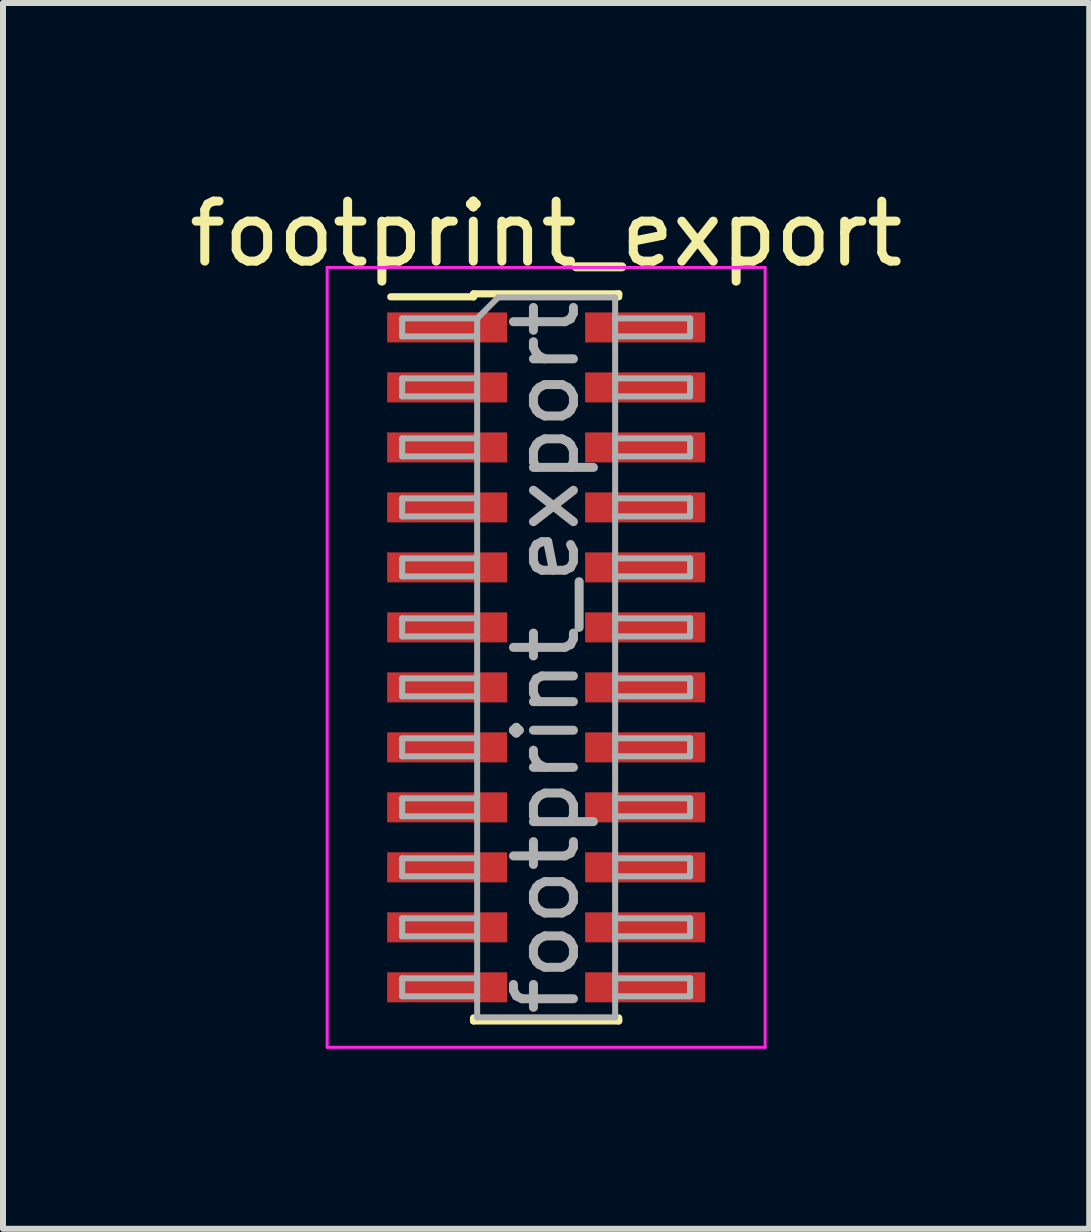
<source format=kicad_pcb>
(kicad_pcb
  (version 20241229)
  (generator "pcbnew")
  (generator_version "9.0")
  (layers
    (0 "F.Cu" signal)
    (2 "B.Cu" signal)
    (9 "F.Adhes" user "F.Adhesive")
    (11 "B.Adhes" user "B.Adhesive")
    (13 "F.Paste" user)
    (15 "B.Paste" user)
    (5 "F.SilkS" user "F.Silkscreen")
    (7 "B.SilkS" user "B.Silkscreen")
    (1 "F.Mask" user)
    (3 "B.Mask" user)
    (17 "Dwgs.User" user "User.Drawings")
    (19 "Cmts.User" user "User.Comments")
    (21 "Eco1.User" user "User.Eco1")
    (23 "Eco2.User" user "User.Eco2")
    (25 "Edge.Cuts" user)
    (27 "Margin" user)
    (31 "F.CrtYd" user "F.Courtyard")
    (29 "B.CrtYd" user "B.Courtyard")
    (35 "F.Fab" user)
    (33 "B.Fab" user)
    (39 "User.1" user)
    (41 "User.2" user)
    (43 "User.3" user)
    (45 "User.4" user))
  (footprint "footprint_export"
    (layer "F.Cu")
    (at 6.054 7.908)
    (property "Reference" "footprint_export" (at 0 -7.06 0) (layer "F.SilkS") (effects (font (size 1 1) (thickness 0.15))))
    (attr smd)
    (fp_line (start -2.59 -6.01) (end -1.21 -6.01) (stroke (width 0.12) (type solid)) (layer "F.SilkS"))
    (fp_line (start -1.21 -6.06) (end -1.21 -6.01) (stroke (width 0.12) (type solid)) (layer "F.SilkS"))
    (fp_line (start -1.21 -6.06) (end 1.21 -6.06) (stroke (width 0.12) (type solid)) (layer "F.SilkS"))
    (fp_line (start -1.21 6.01) (end -1.21 6.06) (stroke (width 0.12) (type solid)) (layer "F.SilkS"))
    (fp_line (start -1.21 6.06) (end 1.21 6.06) (stroke (width 0.12) (type solid)) (layer "F.SilkS"))
    (fp_line (start 1.21 -6.06) (end 1.21 -6.01) (stroke (width 0.12) (type solid)) (layer "F.SilkS"))
    (fp_line (start 1.21 6.01) (end 1.21 6.06) (stroke (width 0.12) (type solid)) (layer "F.SilkS"))
    (fp_line (start -3.65 -6.5) (end -3.65 6.5) (stroke (width 0.05) (type solid)) (layer "F.CrtYd"))
    (fp_line (start -3.65 6.5) (end 3.65 6.5) (stroke (width 0.05) (type solid)) (layer "F.CrtYd"))
    (fp_line (start 3.65 -6.5) (end -3.65 -6.5) (stroke (width 0.05) (type solid)) (layer "F.CrtYd"))
    (fp_line (start 3.65 6.5) (end 3.65 -6.5) (stroke (width 0.05) (type solid)) (layer "F.CrtYd"))
    (fp_line (start -2.4 -5.65) (end -2.4 -5.35) (stroke (width 0.1) (type solid)) (layer "F.Fab"))
    (fp_line (start -2.4 -5.35) (end -1.15 -5.35) (stroke (width 0.1) (type solid)) (layer "F.Fab"))
    (fp_line (start -2.4 -4.65) (end -2.4 -4.35) (stroke (width 0.1) (type solid)) (layer "F.Fab"))
    (fp_line (start -2.4 -4.35) (end -1.15 -4.35) (stroke (width 0.1) (type solid)) (layer "F.Fab"))
    (fp_line (start -2.4 -3.65) (end -2.4 -3.35) (stroke (width 0.1) (type solid)) (layer "F.Fab"))
    (fp_line (start -2.4 -3.35) (end -1.15 -3.35) (stroke (width 0.1) (type solid)) (layer "F.Fab"))
    (fp_line (start -2.4 -2.65) (end -2.4 -2.35) (stroke (width 0.1) (type solid)) (layer "F.Fab"))
    (fp_line (start -2.4 -2.35) (end -1.15 -2.35) (stroke (width 0.1) (type solid)) (layer "F.Fab"))
    (fp_line (start -2.4 -1.65) (end -2.4 -1.35) (stroke (width 0.1) (type solid)) (layer "F.Fab"))
    (fp_line (start -2.4 -1.35) (end -1.15 -1.35) (stroke (width 0.1) (type solid)) (layer "F.Fab"))
    (fp_line (start -2.4 -0.65) (end -2.4 -0.35) (stroke (width 0.1) (type solid)) (layer "F.Fab"))
    (fp_line (start -2.4 -0.35) (end -1.15 -0.35) (stroke (width 0.1) (type solid)) (layer "F.Fab"))
    (fp_line (start -2.4 0.35) (end -2.4 0.65) (stroke (width 0.1) (type solid)) (layer "F.Fab"))
    (fp_line (start -2.4 0.65) (end -1.15 0.65) (stroke (width 0.1) (type solid)) (layer "F.Fab"))
    (fp_line (start -2.4 1.35) (end -2.4 1.65) (stroke (width 0.1) (type solid)) (layer "F.Fab"))
    (fp_line (start -2.4 1.65) (end -1.15 1.65) (stroke (width 0.1) (type solid)) (layer "F.Fab"))
    (fp_line (start -2.4 2.35) (end -2.4 2.65) (stroke (width 0.1) (type solid)) (layer "F.Fab"))
    (fp_line (start -2.4 2.65) (end -1.15 2.65) (stroke (width 0.1) (type solid)) (layer "F.Fab"))
    (fp_line (start -2.4 3.35) (end -2.4 3.65) (stroke (width 0.1) (type solid)) (layer "F.Fab"))
    (fp_line (start -2.4 3.65) (end -1.15 3.65) (stroke (width 0.1) (type solid)) (layer "F.Fab"))
    (fp_line (start -2.4 4.35) (end -2.4 4.65) (stroke (width 0.1) (type solid)) (layer "F.Fab"))
    (fp_line (start -2.4 4.65) (end -1.15 4.65) (stroke (width 0.1) (type solid)) (layer "F.Fab"))
    (fp_line (start -2.4 5.35) (end -2.4 5.65) (stroke (width 0.1) (type solid)) (layer "F.Fab"))
    (fp_line (start -2.4 5.65) (end -1.15 5.65) (stroke (width 0.1) (type solid)) (layer "F.Fab"))
    (fp_line (start -1.15 -5.65) (end -2.4 -5.65) (stroke (width 0.1) (type solid)) (layer "F.Fab"))
    (fp_line (start -1.15 -5.65) (end -0.8 -6) (stroke (width 0.1) (type solid)) (layer "F.Fab"))
    (fp_line (start -1.15 -4.65) (end -2.4 -4.65) (stroke (width 0.1) (type solid)) (layer "F.Fab"))
    (fp_line (start -1.15 -3.65) (end -2.4 -3.65) (stroke (width 0.1) (type solid)) (layer "F.Fab"))
    (fp_line (start -1.15 -2.65) (end -2.4 -2.65) (stroke (width 0.1) (type solid)) (layer "F.Fab"))
    (fp_line (start -1.15 -1.65) (end -2.4 -1.65) (stroke (width 0.1) (type solid)) (layer "F.Fab"))
    (fp_line (start -1.15 -0.65) (end -2.4 -0.65) (stroke (width 0.1) (type solid)) (layer "F.Fab"))
    (fp_line (start -1.15 0.35) (end -2.4 0.35) (stroke (width 0.1) (type solid)) (layer "F.Fab"))
    (fp_line (start -1.15 1.35) (end -2.4 1.35) (stroke (width 0.1) (type solid)) (layer "F.Fab"))
    (fp_line (start -1.15 2.35) (end -2.4 2.35) (stroke (width 0.1) (type solid)) (layer "F.Fab"))
    (fp_line (start -1.15 3.35) (end -2.4 3.35) (stroke (width 0.1) (type solid)) (layer "F.Fab"))
    (fp_line (start -1.15 4.35) (end -2.4 4.35) (stroke (width 0.1) (type solid)) (layer "F.Fab"))
    (fp_line (start -1.15 5.35) (end -2.4 5.35) (stroke (width 0.1) (type solid)) (layer "F.Fab"))
    (fp_line (start -1.15 6) (end -1.15 -5.65) (stroke (width 0.1) (type solid)) (layer "F.Fab"))
    (fp_line (start -0.8 -6) (end 1.15 -6) (stroke (width 0.1) (type solid)) (layer "F.Fab"))
    (fp_line (start 1.15 -6) (end 1.15 6) (stroke (width 0.1) (type solid)) (layer "F.Fab"))
    (fp_line (start 1.15 -5.65) (end 2.4 -5.65) (stroke (width 0.1) (type solid)) (layer "F.Fab"))
    (fp_line (start 1.15 -4.65) (end 2.4 -4.65) (stroke (width 0.1) (type solid)) (layer "F.Fab"))
    (fp_line (start 1.15 -3.65) (end 2.4 -3.65) (stroke (width 0.1) (type solid)) (layer "F.Fab"))
    (fp_line (start 1.15 -2.65) (end 2.4 -2.65) (stroke (width 0.1) (type solid)) (layer "F.Fab"))
    (fp_line (start 1.15 -1.65) (end 2.4 -1.65) (stroke (width 0.1) (type solid)) (layer "F.Fab"))
    (fp_line (start 1.15 -0.65) (end 2.4 -0.65) (stroke (width 0.1) (type solid)) (layer "F.Fab"))
    (fp_line (start 1.15 0.35) (end 2.4 0.35) (stroke (width 0.1) (type solid)) (layer "F.Fab"))
    (fp_line (start 1.15 1.35) (end 2.4 1.35) (stroke (width 0.1) (type solid)) (layer "F.Fab"))
    (fp_line (start 1.15 2.35) (end 2.4 2.35) (stroke (width 0.1) (type solid)) (layer "F.Fab"))
    (fp_line (start 1.15 3.35) (end 2.4 3.35) (stroke (width 0.1) (type solid)) (layer "F.Fab"))
    (fp_line (start 1.15 4.35) (end 2.4 4.35) (stroke (width 0.1) (type solid)) (layer "F.Fab"))
    (fp_line (start 1.15 5.35) (end 2.4 5.35) (stroke (width 0.1) (type solid)) (layer "F.Fab"))
    (fp_line (start 1.15 6) (end -1.15 6) (stroke (width 0.1) (type solid)) (layer "F.Fab"))
    (fp_line (start 2.4 -5.65) (end 2.4 -5.35) (stroke (width 0.1) (type solid)) (layer "F.Fab"))
    (fp_line (start 2.4 -5.35) (end 1.15 -5.35) (stroke (width 0.1) (type solid)) (layer "F.Fab"))
    (fp_line (start 2.4 -4.65) (end 2.4 -4.35) (stroke (width 0.1) (type solid)) (layer "F.Fab"))
    (fp_line (start 2.4 -4.35) (end 1.15 -4.35) (stroke (width 0.1) (type solid)) (layer "F.Fab"))
    (fp_line (start 2.4 -3.65) (end 2.4 -3.35) (stroke (width 0.1) (type solid)) (layer "F.Fab"))
    (fp_line (start 2.4 -3.35) (end 1.15 -3.35) (stroke (width 0.1) (type solid)) (layer "F.Fab"))
    (fp_line (start 2.4 -2.65) (end 2.4 -2.35) (stroke (width 0.1) (type solid)) (layer "F.Fab"))
    (fp_line (start 2.4 -2.35) (end 1.15 -2.35) (stroke (width 0.1) (type solid)) (layer "F.Fab"))
    (fp_line (start 2.4 -1.65) (end 2.4 -1.35) (stroke (width 0.1) (type solid)) (layer "F.Fab"))
    (fp_line (start 2.4 -1.35) (end 1.15 -1.35) (stroke (width 0.1) (type solid)) (layer "F.Fab"))
    (fp_line (start 2.4 -0.65) (end 2.4 -0.35) (stroke (width 0.1) (type solid)) (layer "F.Fab"))
    (fp_line (start 2.4 -0.35) (end 1.15 -0.35) (stroke (width 0.1) (type solid)) (layer "F.Fab"))
    (fp_line (start 2.4 0.35) (end 2.4 0.65) (stroke (width 0.1) (type solid)) (layer "F.Fab"))
    (fp_line (start 2.4 0.65) (end 1.15 0.65) (stroke (width 0.1) (type solid)) (layer "F.Fab"))
    (fp_line (start 2.4 1.35) (end 2.4 1.65) (stroke (width 0.1) (type solid)) (layer "F.Fab"))
    (fp_line (start 2.4 1.65) (end 1.15 1.65) (stroke (width 0.1) (type solid)) (layer "F.Fab"))
    (fp_line (start 2.4 2.35) (end 2.4 2.65) (stroke (width 0.1) (type solid)) (layer "F.Fab"))
    (fp_line (start 2.4 2.65) (end 1.15 2.65) (stroke (width 0.1) (type solid)) (layer "F.Fab"))
    (fp_line (start 2.4 3.35) (end 2.4 3.65) (stroke (width 0.1) (type solid)) (layer "F.Fab"))
    (fp_line (start 2.4 3.65) (end 1.15 3.65) (stroke (width 0.1) (type solid)) (layer "F.Fab"))
    (fp_line (start 2.4 4.35) (end 2.4 4.65) (stroke (width 0.1) (type solid)) (layer "F.Fab"))
    (fp_line (start 2.4 4.65) (end 1.15 4.65) (stroke (width 0.1) (type solid)) (layer "F.Fab"))
    (fp_line (start 2.4 5.35) (end 2.4 5.65) (stroke (width 0.1) (type solid)) (layer "F.Fab"))
    (fp_line (start 2.4 5.65) (end 1.15 5.65) (stroke (width 0.1) (type solid)) (layer "F.Fab"))
    (fp_text user "${REFERENCE}" (at 0 0 90) (layer "F.Fab") (effects (font (size 1 1) (thickness 0.15))))
    (pad "1" smd rect (at -1.65 -5.5) (size 2 0.5) (layers "F.Cu" "F.Mask" "F.Paste"))
    (pad "2" smd rect (at 1.65 -5.5) (size 2 0.5) (layers "F.Cu" "F.Mask" "F.Paste"))
    (pad "3" smd rect (at -1.65 -4.5) (size 2 0.5) (layers "F.Cu" "F.Mask" "F.Paste"))
    (pad "4" smd rect (at 1.65 -4.5) (size 2 0.5) (layers "F.Cu" "F.Mask" "F.Paste"))
    (pad "5" smd rect (at -1.65 -3.5) (size 2 0.5) (layers "F.Cu" "F.Mask" "F.Paste"))
    (pad "6" smd rect (at 1.65 -3.5) (size 2 0.5) (layers "F.Cu" "F.Mask" "F.Paste"))
    (pad "7" smd rect (at -1.65 -2.5) (size 2 0.5) (layers "F.Cu" "F.Mask" "F.Paste"))
    (pad "8" smd rect (at 1.65 -2.5) (size 2 0.5) (layers "F.Cu" "F.Mask" "F.Paste"))
    (pad "9" smd rect (at -1.65 -1.5) (size 2 0.5) (layers "F.Cu" "F.Mask" "F.Paste"))
    (pad "10" smd rect (at 1.65 -1.5) (size 2 0.5) (layers "F.Cu" "F.Mask" "F.Paste"))
    (pad "11" smd rect (at -1.65 -0.5) (size 2 0.5) (layers "F.Cu" "F.Mask" "F.Paste"))
    (pad "12" smd rect (at 1.65 -0.5) (size 2 0.5) (layers "F.Cu" "F.Mask" "F.Paste"))
    (pad "13" smd rect (at -1.65 0.5) (size 2 0.5) (layers "F.Cu" "F.Mask" "F.Paste"))
    (pad "14" smd rect (at 1.65 0.5) (size 2 0.5) (layers "F.Cu" "F.Mask" "F.Paste"))
    (pad "15" smd rect (at -1.65 1.5) (size 2 0.5) (layers "F.Cu" "F.Mask" "F.Paste"))
    (pad "16" smd rect (at 1.65 1.5) (size 2 0.5) (layers "F.Cu" "F.Mask" "F.Paste"))
    (pad "17" smd rect (at -1.65 2.5) (size 2 0.5) (layers "F.Cu" "F.Mask" "F.Paste"))
    (pad "18" smd rect (at 1.65 2.5) (size 2 0.5) (layers "F.Cu" "F.Mask" "F.Paste"))
    (pad "19" smd rect (at -1.65 3.5) (size 2 0.5) (layers "F.Cu" "F.Mask" "F.Paste"))
    (pad "20" smd rect (at 1.65 3.5) (size 2 0.5) (layers "F.Cu" "F.Mask" "F.Paste"))
    (pad "21" smd rect (at -1.65 4.5) (size 2 0.5) (layers "F.Cu" "F.Mask" "F.Paste"))
    (pad "22" smd rect (at 1.65 4.5) (size 2 0.5) (layers "F.Cu" "F.Mask" "F.Paste"))
    (pad "23" smd rect (at -1.65 5.5) (size 2 0.5) (layers "F.Cu" "F.Mask" "F.Paste"))
    (pad "24" smd rect (at 1.65 5.5) (size 2 0.5) (layers "F.Cu" "F.Mask" "F.Paste")))
  (gr_rect
    (start -3 -3)
    (end 15.107 17.433)
    (stroke (width 0.1) (type default))
    (fill no)
    (layer "Edge.Cuts")))
</source>
